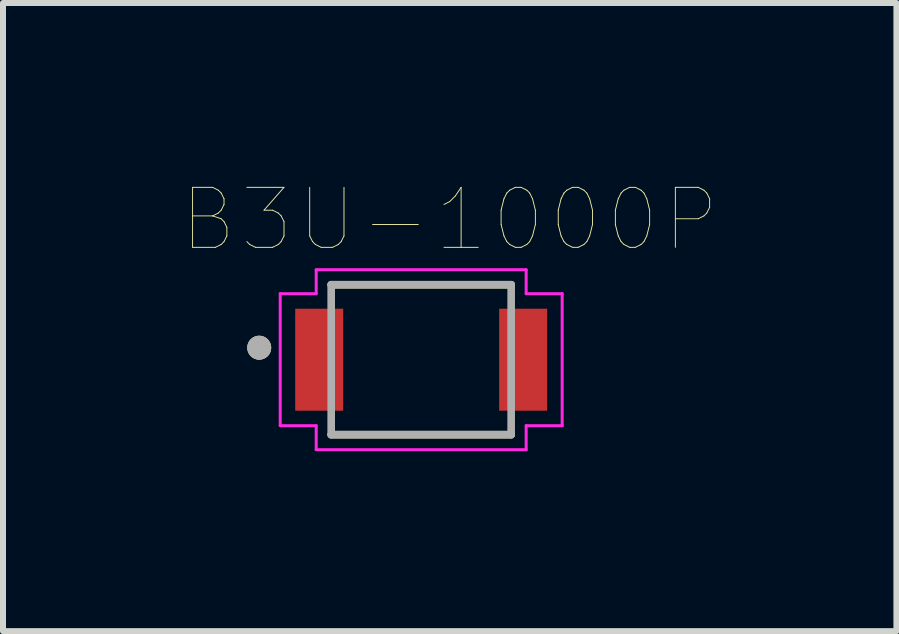
<source format=kicad_pcb>
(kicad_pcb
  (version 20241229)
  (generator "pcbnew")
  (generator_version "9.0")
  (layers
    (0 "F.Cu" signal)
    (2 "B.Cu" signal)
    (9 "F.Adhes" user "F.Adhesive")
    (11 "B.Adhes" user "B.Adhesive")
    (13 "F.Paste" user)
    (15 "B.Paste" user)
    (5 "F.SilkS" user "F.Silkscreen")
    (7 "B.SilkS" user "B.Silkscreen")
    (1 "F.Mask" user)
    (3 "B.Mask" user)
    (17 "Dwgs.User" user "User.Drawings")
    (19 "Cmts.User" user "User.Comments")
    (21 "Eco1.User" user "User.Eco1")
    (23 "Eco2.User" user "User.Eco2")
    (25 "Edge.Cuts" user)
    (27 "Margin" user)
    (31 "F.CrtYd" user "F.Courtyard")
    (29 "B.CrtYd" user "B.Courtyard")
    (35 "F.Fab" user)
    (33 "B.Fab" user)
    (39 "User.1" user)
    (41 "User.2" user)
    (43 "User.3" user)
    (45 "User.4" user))
  (footprint "B3U-1000P"
    (layer "F.Cu")
    (at 3.971 2.946)
    (property "Reference" "B3U-1000P" (at 0.475 -2.335 0) (layer "F.SilkS") (effects (font (size 1 1) (thickness 0.015))))
    (attr through_hole)
    (fp_line (start -1.5 -1.25) (end 1.5 -1.25) (stroke (width 0.127) (type solid)) (layer "F.SilkS"))
    (fp_line (start -1.5 1.25) (end 1.5 1.25) (stroke (width 0.127) (type solid)) (layer "F.SilkS"))
    (fp_circle (center -2.7 -0.2) (end -2.6 -0.2) (stroke (width 0.2) (type solid)) (fill no) (layer "F.SilkS"))
    (fp_line (start -2.35 -1.1) (end -1.75 -1.1) (stroke (width 0.05) (type solid)) (layer "F.CrtYd"))
    (fp_line (start -2.35 1.1) (end -2.35 -1.1) (stroke (width 0.05) (type solid)) (layer "F.CrtYd"))
    (fp_line (start -1.75 -1.5) (end 1.75 -1.5) (stroke (width 0.05) (type solid)) (layer "F.CrtYd"))
    (fp_line (start -1.75 -1.1) (end -1.75 -1.5) (stroke (width 0.05) (type solid)) (layer "F.CrtYd"))
    (fp_line (start -1.75 1.1) (end -2.35 1.1) (stroke (width 0.05) (type solid)) (layer "F.CrtYd"))
    (fp_line (start -1.75 1.5) (end -1.75 1.1) (stroke (width 0.05) (type solid)) (layer "F.CrtYd"))
    (fp_line (start 1.75 -1.5) (end 1.75 -1.1) (stroke (width 0.05) (type solid)) (layer "F.CrtYd"))
    (fp_line (start 1.75 -1.1) (end 2.35 -1.1) (stroke (width 0.05) (type solid)) (layer "F.CrtYd"))
    (fp_line (start 1.75 1.1) (end 1.75 1.5) (stroke (width 0.05) (type solid)) (layer "F.CrtYd"))
    (fp_line (start 1.75 1.5) (end -1.75 1.5) (stroke (width 0.05) (type solid)) (layer "F.CrtYd"))
    (fp_line (start 2.35 -1.1) (end 2.35 1.1) (stroke (width 0.05) (type solid)) (layer "F.CrtYd"))
    (fp_line (start 2.35 1.1) (end 1.75 1.1) (stroke (width 0.05) (type solid)) (layer "F.CrtYd"))
    (fp_line (start -1.5 1.25) (end -1.5 -1.25) (stroke (width 0.127) (type solid)) (layer "F.Fab"))
    (fp_line (start 1.5 -1.25) (end -1.5 -1.25) (stroke (width 0.127) (type solid)) (layer "F.Fab"))
    (fp_line (start 1.5 -1.25) (end 1.5 1.25) (stroke (width 0.127) (type solid)) (layer "F.Fab"))
    (fp_line (start 1.5 1.25) (end -1.5 1.25) (stroke (width 0.127) (type solid)) (layer "F.Fab"))
    (fp_circle (center -2.7 -0.2) (end -2.6 -0.2) (stroke (width 0.2) (type solid)) (fill no) (layer "F.Fab"))
    (pad "1" smd rect (at -1.7 0) (size 0.8 1.7) (layers "F.Cu" "F.Mask" "F.Paste"))
    (pad "2" smd rect (at 1.7 0) (size 0.8 1.7) (layers "F.Cu" "F.Mask" "F.Paste")))
  (gr_rect
    (start -3 -3)
    (end 11.893 7.471)
    (stroke (width 0.1) (type default))
    (fill no)
    (layer "Edge.Cuts")))
</source>
